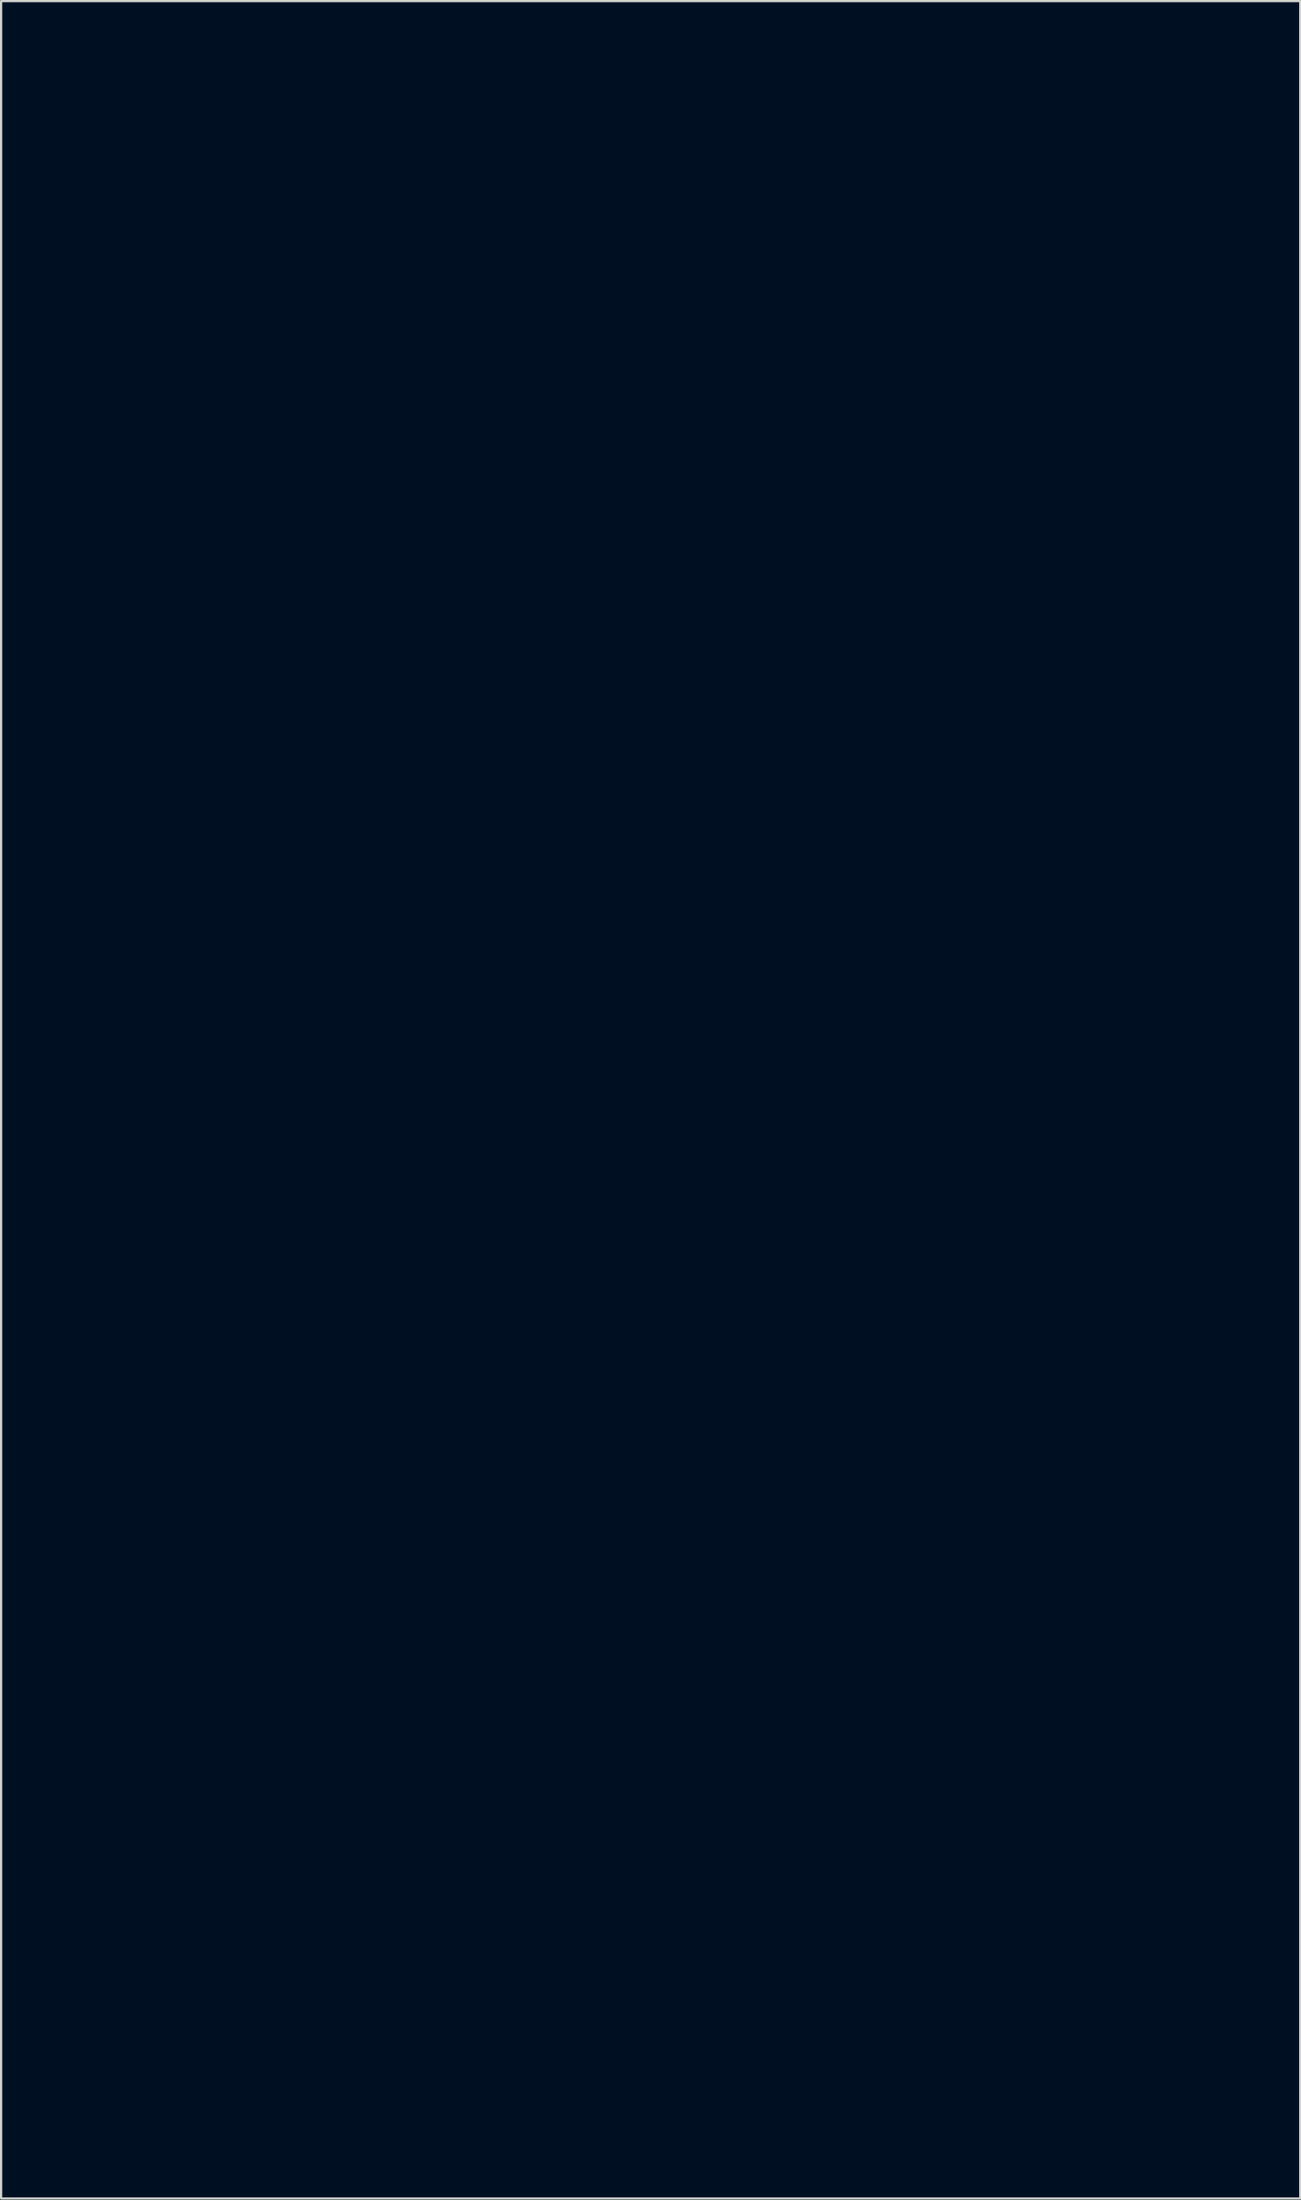
<source format=kicad_pcb>
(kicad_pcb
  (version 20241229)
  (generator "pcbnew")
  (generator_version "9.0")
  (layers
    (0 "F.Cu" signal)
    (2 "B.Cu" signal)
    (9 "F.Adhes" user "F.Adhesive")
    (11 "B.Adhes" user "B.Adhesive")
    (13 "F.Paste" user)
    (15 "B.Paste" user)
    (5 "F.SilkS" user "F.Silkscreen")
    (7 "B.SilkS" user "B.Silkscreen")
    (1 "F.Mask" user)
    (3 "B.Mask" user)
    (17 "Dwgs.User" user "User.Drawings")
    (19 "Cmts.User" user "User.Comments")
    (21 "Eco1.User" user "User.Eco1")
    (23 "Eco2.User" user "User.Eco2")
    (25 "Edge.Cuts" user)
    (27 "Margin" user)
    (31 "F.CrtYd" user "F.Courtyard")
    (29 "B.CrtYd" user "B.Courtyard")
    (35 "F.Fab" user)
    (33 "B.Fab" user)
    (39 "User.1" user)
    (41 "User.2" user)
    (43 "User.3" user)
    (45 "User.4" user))
  (footprint "reddit_outline"
    (layer "F.Cu")
    (at 28.235 47.54)
    (property "Reference" "reddit_outline" (at 0 0 0) (layer "Eco2.User") (effects (font (size 1.524 1.524) (thickness 0.3))))
    (attr through_hole)
    (fp_poly (pts (xy -6.619 -47.473) (xy -6.467 -47.345) (xy -6.312 -47.179) (xy -6.07 -46.891) (xy -5.829 -46.558) (xy -5.576 -46.157) (xy -5.294 -45.661) (xy -4.967 -45.045) (xy -4.724 -44.568) (xy -3.964 -42.974) (xy -3.238 -41.266) (xy -2.539 -39.426) (xy -1.858 -37.436) (xy -1.606 -36.648) (xy -1.45 -36.145) (xy -1.339 -35.763) (xy -1.266 -35.455) (xy -1.222 -35.173) (xy -1.202 -34.869) (xy -1.196 -34.496) (xy -1.197 -34.083) (xy -1.203 -32.844) (xy 0.37 -32.881) (xy 1.797 -32.885) (xy 3.125 -32.82) (xy 4.409 -32.68) (xy 5.702 -32.458) (xy 7.058 -32.148) (xy 7.849 -31.937) (xy 9.622 -31.393) (xy 11.238 -30.791) (xy 12.693 -30.131) (xy 13.855 -29.493) (xy 14.112 -29.344) (xy 14.311 -29.26) (xy 14.516 -29.226) (xy 14.79 -29.23) (xy 15.046 -29.247) (xy 15.682 -29.25) (xy 16.409 -29.183) (xy 17.16 -29.054) (xy 17.868 -28.873) (xy 17.987 -28.835) (xy 19.119 -28.371) (xy 20.165 -27.762) (xy 21.112 -27.021) (xy 21.95 -26.162) (xy 22.667 -25.198) (xy 23.251 -24.143) (xy 23.691 -23.011) (xy 23.974 -21.816) (xy 23.999 -21.659) (xy 24.063 -20.924) (xy 24.057 -20.119) (xy 23.987 -19.289) (xy 23.859 -18.48) (xy 23.679 -17.738) (xy 23.454 -17.107) (xy 23.374 -16.938) (xy 23.196 -16.59) (xy 23.496 -15.549) (xy 23.736 -14.693) (xy 23.924 -13.971) (xy 24.065 -13.353) (xy 24.165 -12.806) (xy 24.229 -12.299) (xy 24.263 -11.8) (xy 24.273 -11.277) (xy 24.273 -11.157) (xy 24.195 -9.69) (xy 23.992 -8.238) (xy 23.669 -6.826) (xy 23.235 -5.479) (xy 22.698 -4.224) (xy 22.065 -3.086) (xy 21.738 -2.602) (xy 20.683 -1.256) (xy 19.549 -0.05) (xy 18.316 1.029) (xy 16.967 1.998) (xy 15.484 2.871) (xy 14.758 3.241) (xy 14.264 3.485) (xy 13.91 3.666) (xy 13.676 3.798) (xy 13.542 3.894) (xy 13.488 3.967) (xy 13.495 4.029) (xy 13.513 4.058) (xy 13.612 4.185) (xy 13.795 4.415) (xy 14.036 4.716) (xy 14.298 5.038) (xy 14.803 5.698) (xy 15.283 6.407) (xy 15.758 7.198) (xy 16.245 8.103) (xy 16.626 8.864) (xy 17.469 10.726) (xy 18.155 12.537) (xy 18.688 14.312) (xy 19.073 16.067) (xy 19.231 17.083) (xy 19.274 17.543) (xy 19.298 18.109) (xy 19.304 18.741) (xy 19.295 19.4) (xy 19.27 20.05) (xy 19.231 20.651) (xy 19.18 21.165) (xy 19.117 21.553) (xy 19.094 21.646) (xy 18.806 22.451) (xy 18.434 23.114) (xy 17.984 23.631) (xy 17.461 23.996) (xy 16.87 24.204) (xy 16.371 24.253) (xy 15.719 24.171) (xy 15.095 23.921) (xy 14.488 23.5) (xy 14.42 23.441) (xy 14.207 23.26) (xy 14.051 23.139) (xy 13.996 23.107) (xy 13.965 23.186) (xy 13.935 23.388) (xy 13.921 23.54) (xy 13.918 23.779) (xy 13.943 23.912) (xy 13.97 23.923) (xy 14.011 23.956) (xy 13.998 24.086) (xy 13.956 24.283) (xy 13.9 24.584) (xy 13.851 24.871) (xy 13.705 25.623) (xy 13.502 26.505) (xy 13.25 27.483) (xy 12.96 28.525) (xy 12.642 29.596) (xy 12.305 30.665) (xy 11.96 31.697) (xy 11.617 32.66) (xy 11.284 33.52) (xy 11.204 33.715) (xy 10.874 34.509) (xy 11.389 35.224) (xy 11.901 35.981) (xy 12.286 36.659) (xy 12.552 37.287) (xy 12.712 37.892) (xy 12.776 38.504) (xy 12.772 38.896) (xy 12.668 39.649) (xy 12.426 40.307) (xy 12.033 40.9) (xy 11.687 41.266) (xy 11.041 41.767) (xy 10.309 42.124) (xy 9.484 42.34) (xy 8.554 42.418) (xy 8.467 42.419) (xy 7.358 42.335) (xy 6.31 42.086) (xy 5.324 41.673) (xy 4.404 41.099) (xy 3.553 40.364) (xy 2.772 39.47) (xy 2.398 38.947) (xy 1.938 38.103) (xy 1.622 37.161) (xy 1.449 36.12) (xy 1.413 35.344) (xy 1.412 34.985) (xy 2.151 34.985) (xy 2.171 35.196) (xy 2.177 35.256) (xy 2.269 36.048) (xy 2.389 36.703) (xy 2.551 37.261) (xy 2.769 37.76) (xy 3.057 38.241) (xy 3.418 38.729) (xy 4.168 39.558) (xy 4.978 40.243) (xy 5.836 40.775) (xy 6.726 41.144) (xy 7.017 41.227) (xy 7.449 41.3) (xy 7.972 41.335) (xy 8.533 41.334) (xy 9.078 41.297) (xy 9.553 41.228) (xy 9.893 41.133) (xy 10.476 40.834) (xy 10.961 40.459) (xy 11.312 40.039) (xy 11.335 40) (xy 11.528 39.527) (xy 11.624 38.965) (xy 11.617 38.377) (xy 11.558 38.031) (xy 11.407 37.602) (xy 11.15 37.09) (xy 10.81 36.534) (xy 10.408 35.972) (xy 10.149 35.65) (xy 9.905 35.341) (xy 9.706 35.053) (xy 9.582 34.83) (xy 9.558 34.76) (xy 9.565 34.546) (xy 9.645 34.186) (xy 9.799 33.675) (xy 9.915 33.329) (xy 10.099 32.785) (xy 10.311 32.148) (xy 10.527 31.492) (xy 10.721 30.891) (xy 10.744 30.819) (xy 11.168 29.491) (xy 9.972 30.692) (xy 9.251 31.389) (xy 8.612 31.948) (xy 8.039 32.382) (xy 7.941 32.448) (xy 6.998 33.027) (xy 6.022 33.542) (xy 5.048 33.975) (xy 4.112 34.311) (xy 3.25 34.536) (xy 3.074 34.569) (xy 2.658 34.639) (xy 2.386 34.694) (xy 2.23 34.755) (xy 2.161 34.845) (xy 2.151 34.985) (xy 1.412 34.985) (xy 1.411 34.749) (xy 1.159 34.749) (xy 1.025 34.757) (xy 0.945 34.808) (xy 0.899 34.941) (xy 0.866 35.195) (xy 0.851 35.344) (xy 0.804 35.909) (xy 0.789 36.347) (xy 0.813 36.705) (xy 0.883 37.03) (xy 1.007 37.371) (xy 1.192 37.775) (xy 1.233 37.861) (xy 1.637 38.803) (xy 1.896 39.682) (xy 2.017 40.526) (xy 2.028 40.874) (xy 1.954 41.816) (xy 1.736 42.669) (xy 1.38 43.425) (xy 0.894 44.075) (xy 0.285 44.609) (xy -0.442 45.018) (xy -1.254 45.287) (xy -1.679 45.356) (xy -2.197 45.396) (xy -2.732 45.405) (xy -3.203 45.379) (xy -3.351 45.36) (xy -3.798 45.253) (xy -4.328 45.077) (xy -4.878 44.855) (xy -5.373 44.615) (xy -6.262 44.04) (xy -7.053 43.321) (xy -7.737 42.469) (xy -8.306 41.49) (xy -8.374 41.349) (xy -8.639 40.749) (xy -8.835 40.209) (xy -8.974 39.681) (xy -9.065 39.115) (xy -9.12 38.46) (xy -9.145 37.88) (xy -9.151 37.399) (xy -9.146 36.782) (xy -9.131 36.062) (xy -9.107 35.269) (xy -9.077 34.433) (xy -9.04 33.586) (xy -8.999 32.76) (xy -8.954 31.983) (xy -8.908 31.289) (xy -8.861 30.707) (xy -8.816 30.269) (xy -8.813 30.251) (xy -8.765 29.758) (xy -8.771 29.419) (xy -8.805 29.27) (xy -8.862 29.154) (xy -8.951 29.081) (xy -9.111 29.039) (xy -9.385 29.012) (xy -9.588 28.999) (xy -10.159 28.922) (xy -10.658 28.749) (xy -11.127 28.458) (xy -11.605 28.029) (xy -11.736 27.893) (xy -12.225 27.265) (xy -12.669 26.48) (xy -13.062 25.553) (xy -13.397 24.501) (xy -13.667 23.339) (xy -13.703 23.151) (xy -13.897 21.729) (xy -13.983 20.203) (xy -13.981 20.083) (xy -12.954 20.083) (xy -12.915 20.865) (xy -12.872 21.356) (xy -12.71 22.579) (xy -12.481 23.712) (xy -12.192 24.739) (xy -11.848 25.644) (xy -11.454 26.41) (xy -11.016 27.02) (xy -11.003 27.035) (xy -10.561 27.439) (xy -10.077 27.711) (xy -9.579 27.842) (xy -9.096 27.824) (xy -8.758 27.707) (xy -8.335 27.397) (xy -7.947 26.92) (xy -7.596 26.283) (xy -7.284 25.491) (xy -7.014 24.551) (xy -6.787 23.47) (xy -6.607 22.254) (xy -6.527 21.519) (xy -6.365 20.037) (xy -6.171 18.697) (xy -5.939 17.47) (xy -5.662 16.323) (xy -5.332 15.226) (xy -4.943 14.147) (xy -4.787 13.758) (xy -4.626 13.388) (xy -4.43 12.977) (xy -4.215 12.553) (xy -3.997 12.144) (xy -3.791 11.779) (xy -3.613 11.484) (xy -3.476 11.287) (xy -3.398 11.217) (xy -3.391 11.22) (xy -3.402 11.31) (xy -3.454 11.534) (xy -3.537 11.854) (xy -3.619 12.151) (xy -3.785 12.774) (xy -3.939 13.42) (xy -4.084 14.111) (xy -4.223 14.864) (xy -4.359 15.698) (xy -4.496 16.632) (xy -4.636 17.685) (xy -4.782 18.876) (xy -4.938 20.224) (xy -4.94 20.241) (xy -5.143 21.816) (xy -5.377 23.223) (xy -5.644 24.463) (xy -5.947 25.543) (xy -6.285 26.467) (xy -6.662 27.237) (xy -7.078 27.86) (xy -7.535 28.339) (xy -8.034 28.678) (xy -8.095 28.708) (xy -8.321 28.842) (xy -8.467 28.972) (xy -8.491 29.016) (xy -8.496 29.138) (xy -8.492 29.41) (xy -8.48 29.807) (xy -8.462 30.304) (xy -8.437 30.876) (xy -8.413 31.353) (xy -8.379 32.11) (xy -8.349 32.947) (xy -8.324 33.803) (xy -8.306 34.618) (xy -8.297 35.332) (xy -8.296 35.472) (xy -8.277 36.636) (xy -8.224 37.649) (xy -8.132 38.535) (xy -7.994 39.316) (xy -7.805 40.016) (xy -7.56 40.658) (xy -7.253 41.265) (xy -6.878 41.861) (xy -6.692 42.123) (xy -6.184 42.695) (xy -5.549 43.219) (xy -4.835 43.664) (xy -4.091 43.998) (xy -3.591 44.146) (xy -2.982 44.228) (xy -2.317 44.224) (xy -1.673 44.138) (xy -1.208 44.008) (xy -0.863 43.841) (xy -0.496 43.605) (xy -0.281 43.434) (xy 0.091 43.035) (xy 0.349 42.592) (xy 0.512 42.067) (xy 0.593 41.421) (xy 0.599 41.303) (xy 0.608 40.94) (xy 0.592 40.607) (xy 0.545 40.271) (xy 0.458 39.902) (xy 0.325 39.468) (xy 0.136 38.936) (xy -0.113 38.276) (xy -0.133 38.226) (xy -0.518 37.229) (xy -0.27 36.32) (xy -0.052 35.59) (xy 0.168 35.005) (xy 0.405 34.536) (xy 0.671 34.151) (xy 0.797 34.005) (xy 1.046 33.753) (xy 1.207 33.628) (xy 1.273 33.633) (xy 1.237 33.77) (xy 1.193 33.862) (xy 1.101 34.054) (xy 1.059 34.167) (xy 1.058 34.171) (xy 1.139 34.218) (xy 1.361 34.229) (xy 1.693 34.207) (xy 2.106 34.159) (xy 2.568 34.087) (xy 3.049 33.997) (xy 3.519 33.893) (xy 3.948 33.779) (xy 4.145 33.718) (xy 4.668 33.516) (xy 5.282 33.236) (xy 5.937 32.905) (xy 6.581 32.551) (xy 7.164 32.198) (xy 7.599 31.902) (xy 8.652 31.034) (xy 9.684 30.01) (xy 10.679 28.848) (xy 11.622 27.567) (xy 12.498 26.187) (xy 13.082 25.135) (xy 13.366 24.564) (xy 13.59 24.038) (xy 13.766 23.515) (xy 13.906 22.952) (xy 14.022 22.308) (xy 14.125 21.54) (xy 14.15 21.325) (xy 14.256 19.926) (xy 14.274 18.422) (xy 14.204 16.863) (xy 14.047 15.294) (xy 13.929 14.473) (xy 13.649 13.082) (xy 13.243 11.613) (xy 12.723 10.1) (xy 12.099 8.576) (xy 11.493 7.289) (xy 11.27 6.867) (xy 11.02 6.431) (xy 10.762 6.011) (xy 10.514 5.633) (xy 10.294 5.324) (xy 10.12 5.114) (xy 10.01 5.028) (xy 10.004 5.027) (xy 9.878 5.045) (xy 9.617 5.093) (xy 9.262 5.165) (xy 8.867 5.249) (xy 8.195 5.385) (xy 7.399 5.531) (xy 6.532 5.679) (xy 5.645 5.821) (xy 4.79 5.948) (xy 4.019 6.051) (xy 3.572 6.103) (xy 3.123 6.14) (xy 2.524 6.17) (xy 1.799 6.192) (xy 0.975 6.207) (xy 0.075 6.213) (xy -0.22 6.213) (xy -1.169 6.208) (xy -1.978 6.194) (xy -2.683 6.169) (xy -3.321 6.129) (xy -3.929 6.07) (xy -4.543 5.991) (xy -5.2 5.887) (xy -5.935 5.755) (xy -6.303 5.686) (xy -6.742 5.604) (xy -7.128 5.537) (xy -7.422 5.489) (xy -7.587 5.468) (xy -7.599 5.468) (xy -7.737 5.532) (xy -7.962 5.709) (xy -8.253 5.975) (xy -8.586 6.304) (xy -8.938 6.675) (xy -9.285 7.061) (xy -9.605 7.44) (xy -9.874 7.787) (xy -9.986 7.946) (xy -10.622 8.998) (xy -11.176 10.131) (xy -11.65 11.361) (xy -12.049 12.701) (xy -12.378 14.166) (xy -12.641 15.769) (xy -12.83 17.411) (xy -12.912 18.406) (xy -12.954 19.28) (xy -12.954 20.083) (xy -13.981 20.083) (xy -13.963 18.607) (xy -13.839 16.973) (xy -13.615 15.335) (xy -13.294 13.726) (xy -12.877 12.179) (xy -12.766 11.828) (xy -12.224 10.375) (xy -11.59 9.062) (xy -10.855 7.871) (xy -10.008 6.785) (xy -9.375 6.111) (xy -8.469 5.21) (xy -8.842 5.113) (xy -10.365 4.668) (xy -11.882 4.125) (xy -13.367 3.499) (xy -14.796 2.802) (xy -16.144 2.046) (xy -17.386 1.246) (xy -18.496 0.413) (xy -19.259 -0.256) (xy -19.623 -0.623) (xy -20.052 -1.09) (xy -20.507 -1.613) (xy -20.951 -2.148) (xy -21.348 -2.651) (xy -21.66 -3.079) (xy -21.684 -3.113) (xy -22.348 -4.198) (xy -22.95 -5.381) (xy -23.473 -6.62) (xy -23.9 -7.87) (xy -24.213 -9.088) (xy -24.346 -9.832) (xy -24.402 -10.182) (xy -24.466 -10.427) (xy -24.568 -10.627) (xy -24.737 -10.841) (xy -24.961 -11.084) (xy -25.372 -11.547) (xy -25.707 -11.985) (xy -26.004 -12.455) (xy -26.301 -13.014) (xy -26.416 -13.249) (xy -26.717 -13.921) (xy -26.934 -14.534) (xy -27.081 -15.14) (xy -27.167 -15.792) (xy -27.204 -16.542) (xy -27.208 -16.933) (xy -26.221 -16.933) (xy -26.15 -15.844) (xy -25.935 -14.766) (xy -25.588 -13.728) (xy -25.119 -12.758) (xy -24.541 -11.883) (xy -23.865 -11.133) (xy -23.803 -11.075) (xy -23.032 -10.439) (xy -22.232 -9.924) (xy -21.368 -9.514) (xy -20.404 -9.191) (xy -19.403 -8.957) (xy -18.389 -8.758) (xy -18.822 -8.688) (xy -19.266 -8.654) (xy -19.819 -8.666) (xy -20.422 -8.72) (xy -21.016 -8.812) (xy -21.419 -8.902) (xy -21.804 -9.023) (xy -22.262 -9.198) (xy -22.713 -9.395) (xy -22.852 -9.462) (xy -23.181 -9.62) (xy -23.442 -9.732) (xy -23.602 -9.787) (xy -23.636 -9.783) (xy -23.615 -9.675) (xy -23.558 -9.432) (xy -23.474 -9.09) (xy -23.371 -8.685) (xy -23.37 -8.679) (xy -22.87 -7.085) (xy -22.217 -5.569) (xy -21.413 -4.14) (xy -20.465 -2.809) (xy -20.369 -2.69) (xy -19.907 -2.161) (xy -19.344 -1.577) (xy -18.721 -0.978) (xy -18.085 -0.405) (xy -17.478 0.1) (xy -17.058 0.417) (xy -15.75 1.262) (xy -14.297 2.047) (xy -12.72 2.764) (xy -11.042 3.405) (xy -9.285 3.962) (xy -7.473 4.429) (xy -5.627 4.796) (xy -3.77 5.058) (xy -3.263 5.11) (xy -2.721 5.146) (xy -2.038 5.168) (xy -1.248 5.178) (xy -0.385 5.176) (xy 0.516 5.162) (xy 1.421 5.137) (xy 2.296 5.103) (xy 3.106 5.059) (xy 3.816 5.007) (xy 4.366 4.95) (xy 5.397 4.799) (xy 10.782 4.799) (xy 10.814 4.88) (xy 10.918 5.082) (xy 11.077 5.373) (xy 11.254 5.685) (xy 12.057 7.235) (xy 12.764 8.913) (xy 13.366 10.695) (xy 13.855 12.555) (xy 14.225 14.47) (xy 14.339 15.258) (xy 14.388 15.747) (xy 14.428 16.359) (xy 14.457 17.054) (xy 14.476 17.796) (xy 14.483 18.547) (xy 14.479 19.268) (xy 14.463 19.923) (xy 14.434 20.473) (xy 14.398 20.846) (xy 14.317 21.452) (xy 14.642 21.864) (xy 15.157 22.425) (xy 15.686 22.821) (xy 15.919 22.942) (xy 16.226 23.064) (xy 16.463 23.095) (xy 16.71 23.04) (xy 16.856 22.982) (xy 17.261 22.72) (xy 17.603 22.295) (xy 17.885 21.706) (xy 18.046 21.202) (xy 18.106 20.944) (xy 18.15 20.667) (xy 18.179 20.337) (xy 18.197 19.922) (xy 18.204 19.388) (xy 18.205 18.874) (xy 18.184 17.892) (xy 18.121 16.969) (xy 18.009 16.076) (xy 17.842 15.182) (xy 17.614 14.257) (xy 17.317 13.272) (xy 16.946 12.197) (xy 16.493 11.001) (xy 16.45 10.892) (xy 15.994 9.809) (xy 15.485 8.732) (xy 14.939 7.69) (xy 14.372 6.712) (xy 13.801 5.826) (xy 13.243 5.062) (xy 12.852 4.596) (xy 12.518 4.227) (xy 11.662 4.501) (xy 11.302 4.618) (xy 11.012 4.715) (xy 10.828 4.779) (xy 10.782 4.799) (xy 5.397 4.799) (xy 6.524 4.634) (xy 8.529 4.241) (xy 10.384 3.772) (xy 12.097 3.223) (xy 13.671 2.594) (xy 15.115 1.882) (xy 15.809 1.482) (xy 16.417 1.103) (xy 16.936 0.75) (xy 17.41 0.389) (xy 17.882 -0.014) (xy 18.395 -0.493) (xy 18.792 -0.882) (xy 19.762 -1.908) (xy 20.577 -2.912) (xy 21.255 -3.922) (xy 21.81 -4.966) (xy 22.257 -6.072) (xy 22.613 -7.268) (xy 22.792 -8.058) (xy 22.989 -9.131) (xy 23.11 -10.07) (xy 23.159 -10.897) (xy 23.138 -11.638) (xy 23.113 -11.887) (xy 22.983 -12.716) (xy 22.78 -13.655) (xy 22.514 -14.679) (xy 22.193 -15.763) (xy 21.827 -16.883) (xy 21.425 -18.013) (xy 20.997 -19.13) (xy 20.551 -20.208) (xy 20.097 -21.224) (xy 19.645 -22.152) (xy 19.203 -22.967) (xy 18.781 -23.645) (xy 18.594 -23.906) (xy 17.994 -24.62) (xy 17.255 -25.362) (xy 16.41 -26.108) (xy 15.487 -26.833) (xy 14.52 -27.512) (xy 13.537 -28.122) (xy 13.243 -28.281) (xy 15.817 -28.281) (xy 15.869 -28.222) (xy 16.033 -28.09) (xy 16.273 -27.913) (xy 16.295 -27.897) (xy 17.023 -27.335) (xy 17.769 -26.675) (xy 18.496 -25.954) (xy 19.168 -25.211) (xy 19.747 -24.483) (xy 20.095 -23.977) (xy 20.377 -23.491) (xy 20.7 -22.872) (xy 21.045 -22.155) (xy 21.398 -21.374) (xy 21.741 -20.564) (xy 22.06 -19.76) (xy 22.101 -19.652) (xy 22.294 -19.157) (xy 22.457 -18.77) (xy 22.583 -18.507) (xy 22.663 -18.385) (xy 22.686 -18.384) (xy 22.729 -18.517) (xy 22.789 -18.779) (xy 22.858 -19.125) (xy 22.895 -19.325) (xy 23 -20.432) (xy 22.936 -21.533) (xy 22.707 -22.614) (xy 22.319 -23.657) (xy 21.778 -24.647) (xy 21.09 -25.568) (xy 20.405 -26.274) (xy 19.56 -26.947) (xy 18.639 -27.478) (xy 17.907 -27.785) (xy 17.575 -27.896) (xy 17.19 -28.008) (xy 16.791 -28.112) (xy 16.415 -28.2) (xy 16.102 -28.263) (xy 15.888 -28.29) (xy 15.817 -28.281) (xy 13.243 -28.281) (xy 12.714 -28.568) (xy 10.699 -29.481) (xy 8.644 -30.223) (xy 6.549 -30.793) (xy 4.415 -31.192) (xy 2.244 -31.418) (xy 0.036 -31.471) (xy -0.084 -31.469) (xy -1.535 -31.441) (xy -1.772 -30.824) (xy -1.938 -30.434) (xy -2.155 -29.987) (xy -2.376 -29.575) (xy -2.393 -29.545) (xy -2.778 -28.884) (xy -2.836 -29.369) (xy -2.864 -29.698) (xy -2.888 -30.12) (xy -2.901 -30.55) (xy -2.902 -30.604) (xy -2.91 -31.354) (xy -3.329 -31.327) (xy -3.771 -31.288) (xy -4.341 -31.224) (xy -4.995 -31.141) (xy -5.69 -31.045) (xy -6.379 -30.941) (xy -7.02 -30.838) (xy -7.566 -30.739) (xy -7.629 -30.727) (xy -8.974 -30.432) (xy -10.353 -30.071) (xy -11.723 -29.659) (xy -13.04 -29.21) (xy -14.262 -28.737) (xy -15.233 -28.308) (xy -15.71 -28.069) (xy -16.25 -27.78) (xy -16.813 -27.461) (xy -17.363 -27.137) (xy -17.862 -26.828) (xy -18.272 -26.556) (xy -18.521 -26.374) (xy -18.741 -26.198) (xy -17.812 -26.196) (xy -17.001 -26.157) (xy -16.294 -26.037) (xy -15.632 -25.823) (xy -15.375 -25.713) (xy -14.621 -25.298) (xy -13.902 -24.768) (xy -13.248 -24.155) (xy -12.69 -23.489) (xy -12.258 -22.799) (xy -12.063 -22.366) (xy -11.894 -21.916) (xy -12.319 -22.32) (xy -13.143 -23.011) (xy -14.061 -23.619) (xy -15.026 -24.118) (xy -15.993 -24.481) (xy -16.184 -24.535) (xy -16.796 -24.655) (xy -17.519 -24.725) (xy -18.296 -24.747) (xy -19.069 -24.719) (xy -19.779 -24.642) (xy -20.285 -24.539) (xy -21.406 -24.154) (xy -22.435 -23.627) (xy -23.361 -22.972) (xy -24.175 -22.202) (xy -24.867 -21.327) (xy -25.427 -20.362) (xy -25.846 -19.319) (xy -26.113 -18.21) (xy -26.22 -17.047) (xy -26.221 -16.933) (xy -27.208 -16.933) (xy -27.202 -17.566) (xy -27.178 -18.076) (xy -27.13 -18.517) (xy -27.048 -18.94) (xy -26.927 -19.401) (xy -26.791 -19.844) (xy -26.358 -20.927) (xy -25.767 -21.954) (xy -25.034 -22.907) (xy -24.172 -23.771) (xy -23.197 -24.53) (xy -22.123 -25.166) (xy -22.017 -25.219) (xy -21.539 -25.434) (xy -21.007 -25.641) (xy -20.464 -25.825) (xy -19.953 -25.972) (xy -19.515 -26.07) (xy -19.199 -26.105) (xy -18.982 -26.162) (xy -18.709 -26.343) (xy -18.494 -26.532) (xy -17.489 -27.375) (xy -16.328 -28.185) (xy -15.03 -28.955) (xy -13.612 -29.677) (xy -12.095 -30.343) (xy -10.496 -30.946) (xy -8.835 -31.478) (xy -7.129 -31.932) (xy -5.397 -32.299) (xy -3.851 -32.547) (xy -3.072 -32.652) (xy -3.132 -33.193) (xy -3.281 -34.237) (xy -3.504 -35.402) (xy -3.793 -36.656) (xy -4.137 -37.964) (xy -4.528 -39.294) (xy -4.956 -40.611) (xy -5.413 -41.882) (xy -5.827 -42.93) (xy -6.052 -43.459) (xy -6.282 -43.98) (xy -6.505 -44.468) (xy -6.708 -44.899) (xy -6.882 -45.246) (xy -7.013 -45.486) (xy -7.089 -45.593) (xy -7.097 -45.597) (xy -7.179 -45.55) (xy -7.386 -45.419) (xy -7.698 -45.218) (xy -8.094 -44.961) (xy -8.553 -44.66) (xy -8.838 -44.472) (xy -9.389 -44.11) (xy -9.952 -43.746) (xy -10.49 -43.403) (xy -10.966 -43.105) (xy -11.342 -42.875) (xy -11.421 -42.828) (xy -11.853 -42.572) (xy -12.34 -42.281) (xy -12.857 -41.969) (xy -13.379 -41.653) (xy -13.881 -41.348) (xy -14.337 -41.068) (xy -14.723 -40.829) (xy -15.014 -40.646) (xy -15.185 -40.535) (xy -15.206 -40.521) (xy -15.288 -40.45) (xy -15.316 -40.366) (xy -15.286 -40.229) (xy -15.189 -39.997) (xy -15.099 -39.8) (xy -14.934 -39.398) (xy -14.781 -38.956) (xy -14.689 -38.629) (xy -14.568 -37.739) (xy -14.609 -36.839) (xy -14.8 -35.952) (xy -15.131 -35.1) (xy -15.591 -34.307) (xy -16.167 -33.596) (xy -16.85 -32.99) (xy -17.627 -32.512) (xy -17.68 -32.486) (xy -18.09 -32.301) (xy -18.357 -32.207) (xy -18.479 -32.204) (xy -18.455 -32.291) (xy -18.281 -32.467) (xy -18.134 -32.591) (xy -17.608 -33.105) (xy -17.113 -33.748) (xy -16.679 -34.472) (xy -16.336 -35.231) (xy -16.175 -35.726) (xy -16.052 -36.392) (xy -16.012 -37.136) (xy -16.054 -37.886) (xy -16.175 -38.568) (xy -16.217 -38.717) (xy -16.602 -39.7) (xy -17.116 -40.562) (xy -17.754 -41.301) (xy -18.515 -41.914) (xy -19.396 -42.398) (xy -20.064 -42.653) (xy -20.937 -42.844) (xy -21.854 -42.879) (xy -22.785 -42.76) (xy -23.701 -42.49) (xy -24.25 -42.247) (xy -25.041 -41.753) (xy -25.721 -41.137) (xy -26.284 -40.419) (xy -26.723 -39.617) (xy -27.033 -38.753) (xy -27.207 -37.846) (xy -27.239 -36.914) (xy -27.124 -35.978) (xy -26.855 -35.057) (xy -26.631 -34.548) (xy -26.123 -33.716) (xy -25.495 -33.001) (xy -24.762 -32.41) (xy -23.943 -31.948) (xy -23.052 -31.623) (xy -22.108 -31.439) (xy -21.126 -31.404) (xy -20.123 -31.524) (xy -19.234 -31.764) (xy -18.97 -31.846) (xy -18.782 -31.891) (xy -18.722 -31.892) (xy -18.765 -31.829) (xy -18.935 -31.716) (xy -19.195 -31.571) (xy -19.508 -31.414) (xy -19.84 -31.263) (xy -20.152 -31.137) (xy -20.197 -31.121) (xy -20.629 -31.012) (xy -21.178 -30.939) (xy -21.791 -30.902) (xy -22.417 -30.903) (xy -23.004 -30.941) (xy -23.501 -31.018) (xy -23.724 -31.079) (xy -24.754 -31.518) (xy -25.664 -32.086) (xy -26.45 -32.776) (xy -27.108 -33.586) (xy -27.633 -34.511) (xy -28.02 -35.545) (xy -28.045 -35.631) (xy -28.161 -36.214) (xy -28.223 -36.9) (xy -28.23 -37.62) (xy -28.181 -38.31) (xy -28.083 -38.875) (xy -27.742 -39.895) (xy -27.25 -40.837) (xy -26.619 -41.686) (xy -25.861 -42.431) (xy -24.989 -43.056) (xy -24.016 -43.548) (xy -23.659 -43.685) (xy -23.347 -43.791) (xy -23.086 -43.866) (xy -22.832 -43.914) (xy -22.543 -43.942) (xy -22.174 -43.956) (xy -21.68 -43.961) (xy -21.564 -43.961) (xy -21.016 -43.959) (xy -20.601 -43.947) (xy -20.275 -43.919) (xy -19.995 -43.872) (xy -19.717 -43.801) (xy -19.579 -43.76) (xy -18.77 -43.45) (xy -17.977 -43.039) (xy -17.243 -42.554) (xy -16.614 -42.023) (xy -16.29 -41.676) (xy -15.955 -41.275) (xy -15.099 -41.92) (xy -14.816 -42.129) (xy -14.413 -42.421) (xy -13.914 -42.777) (xy -13.345 -43.181) (xy -12.73 -43.614) (xy -12.095 -44.059) (xy -11.73 -44.314) (xy -11.096 -44.755) (xy -10.469 -45.192) (xy -9.874 -45.606) (xy -9.335 -45.982) (xy -8.878 -46.301) (xy -8.526 -46.546) (xy -8.378 -46.649) (xy -7.865 -47.006) (xy -7.471 -47.267) (xy -7.173 -47.438) (xy -6.948 -47.525) (xy -6.771 -47.535) (xy -6.619 -47.473)) (stroke (width 0.01) (type solid)) (fill no) (layer "Eco2.User")))
  (gr_rect
    (start -3 -3)
    (end 55.513 95.95)
    (stroke (width 0.1) (type default))
    (fill no)
    (layer "Edge.Cuts")))
</source>
